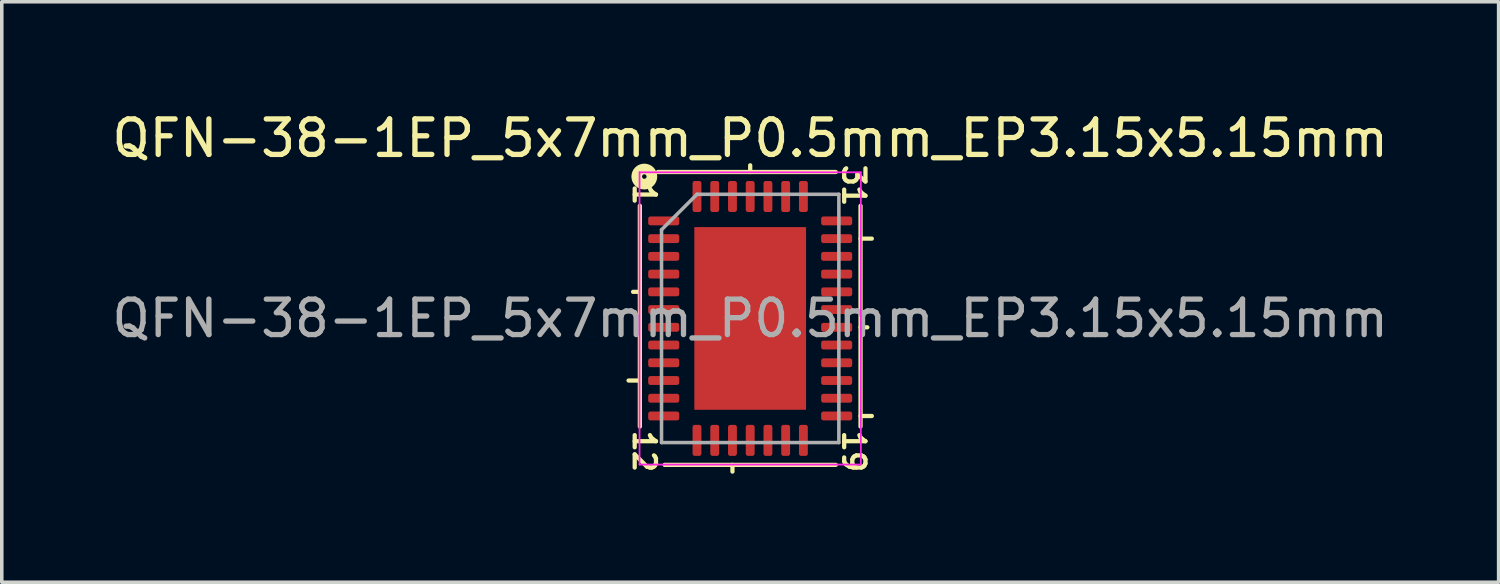
<source format=kicad_pcb>
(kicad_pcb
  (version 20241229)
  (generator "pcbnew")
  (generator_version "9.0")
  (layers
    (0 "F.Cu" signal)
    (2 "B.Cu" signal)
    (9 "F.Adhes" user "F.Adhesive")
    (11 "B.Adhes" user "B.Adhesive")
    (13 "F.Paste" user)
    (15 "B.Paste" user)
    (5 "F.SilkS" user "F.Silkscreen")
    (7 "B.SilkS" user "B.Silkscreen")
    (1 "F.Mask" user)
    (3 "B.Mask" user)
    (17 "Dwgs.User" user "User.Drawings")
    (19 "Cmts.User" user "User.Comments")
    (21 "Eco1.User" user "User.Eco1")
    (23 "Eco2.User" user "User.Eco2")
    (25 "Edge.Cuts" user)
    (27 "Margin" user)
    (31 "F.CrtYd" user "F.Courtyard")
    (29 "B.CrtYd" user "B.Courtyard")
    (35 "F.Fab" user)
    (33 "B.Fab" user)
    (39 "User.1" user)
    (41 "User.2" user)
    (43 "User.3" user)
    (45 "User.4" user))
  (footprint "QFN-38-1EP_5x7mm_P0.5mm_EP3.15x5.15mm"
    (layer "F.Cu")
    (at 18.101 5.928)
    (property "Reference" "QFN-38-1EP_5x7mm_P0.5mm_EP3.15x5.15mm" (at 0 -5.08 0) (layer "F.SilkS") (effects (font (size 1 1) (thickness 0.15))))
    (attr smd)
    (fp_line (start -3.111 -3.175) (end -3.111 3.048) (stroke (width 0.12) (type solid)) (layer "F.SilkS"))
    (fp_line (start -3.111 -0.75) (end -3.302 -0.75) (stroke (width 0.12) (type solid)) (layer "F.SilkS"))
    (fp_line (start -3.111 1.75) (end -3.429 1.75) (stroke (width 0.12) (type solid)) (layer "F.SilkS"))
    (fp_line (start -2.413 4.128) (end 2.413 4.128) (stroke (width 0.12) (type solid)) (layer "F.SilkS"))
    (fp_line (start -0.5 4.128) (end -0.5 4.318) (stroke (width 0.12) (type solid)) (layer "F.SilkS"))
    (fp_line (start 0 -4.128) (end 0 -4.318) (stroke (width 0.12) (type solid)) (layer "F.SilkS"))
    (fp_line (start 2.413 -4.128) (end -2.603 -4.128) (stroke (width 0.12) (type solid)) (layer "F.SilkS"))
    (fp_line (start 3.111 -2.25) (end 3.429 -2.25) (stroke (width 0.12) (type solid)) (layer "F.SilkS"))
    (fp_line (start 3.111 0.25) (end 3.302 0.25) (stroke (width 0.12) (type solid)) (layer "F.SilkS"))
    (fp_line (start 3.111 2.75) (end 3.429 2.75) (stroke (width 0.12) (type solid)) (layer "F.SilkS"))
    (fp_line (start 3.111 3.048) (end 3.111 -3.175) (stroke (width 0.12) (type solid)) (layer "F.SilkS"))
    (fp_circle (center -2.985 -4) (end -2.921 -4) (stroke (width 0.3) (type solid)) (fill no) (layer "F.SilkS"))
    (fp_line (start -3.12 -4.12) (end -3.12 4.12) (stroke (width 0.05) (type solid)) (layer "F.CrtYd"))
    (fp_line (start -3.12 4.12) (end 3.12 4.12) (stroke (width 0.05) (type solid)) (layer "F.CrtYd"))
    (fp_line (start 3.12 -4.12) (end -3.12 -4.12) (stroke (width 0.05) (type solid)) (layer "F.CrtYd"))
    (fp_line (start 3.12 4.12) (end 3.12 -4.12) (stroke (width 0.05) (type solid)) (layer "F.CrtYd"))
    (fp_line (start -2.5 -2.5) (end -1.5 -3.5) (stroke (width 0.1) (type solid)) (layer "F.Fab"))
    (fp_line (start -2.5 3.5) (end -2.5 -2.5) (stroke (width 0.1) (type solid)) (layer "F.Fab"))
    (fp_line (start -1.5 -3.5) (end 2.5 -3.5) (stroke (width 0.1) (type solid)) (layer "F.Fab"))
    (fp_line (start 2.5 -3.5) (end 2.5 3.5) (stroke (width 0.1) (type solid)) (layer "F.Fab"))
    (fp_line (start 2.5 3.5) (end -2.5 3.5) (stroke (width 0.1) (type solid)) (layer "F.Fab"))
    (fp_text user "31" (at 2.921 -3.747 270) (unlocked yes) (layer "F.SilkS") (effects (font (size 0.6 0.6) (thickness 0.12))))
    (fp_text user "19" (at 2.921 3.747 270) (unlocked yes) (layer "F.SilkS") (effects (font (size 0.6 0.6) (thickness 0.12))))
    (fp_text user "12" (at -2.985 3.747 270) (unlocked yes) (layer "F.SilkS") (effects (font (size 0.6 0.6) (thickness 0.12))))
    (fp_text user "1" (at -2.985 -3.493 270) (unlocked yes) (layer "F.SilkS") (effects (font (size 0.6 0.6) (thickness 0.12))))
    (fp_text user "${REFERENCE}" (at 0 0 0) (layer "F.Fab") (effects (font (size 1 1) (thickness 0.15))))
    (pad "" smd roundrect (at -1.05 -2.06) (size 0.85 0.83) (layers "F.Paste") (roundrect_rratio 0.25))
    (pad "" smd roundrect (at -1.05 -1.03) (size 0.85 0.83) (layers "F.Paste") (roundrect_rratio 0.25))
    (pad "" smd roundrect (at -1.05 0) (size 0.85 0.83) (layers "F.Paste") (roundrect_rratio 0.25))
    (pad "" smd roundrect (at -1.05 1.03) (size 0.85 0.83) (layers "F.Paste") (roundrect_rratio 0.25))
    (pad "" smd roundrect (at -1.05 2.06) (size 0.85 0.83) (layers "F.Paste") (roundrect_rratio 0.25))
    (pad "" smd roundrect (at 0 -2.06) (size 0.85 0.83) (layers "F.Paste") (roundrect_rratio 0.25))
    (pad "" smd roundrect (at 0 -1.03) (size 0.85 0.83) (layers "F.Paste") (roundrect_rratio 0.25))
    (pad "" smd roundrect (at 0 0) (size 0.85 0.83) (layers "F.Paste") (roundrect_rratio 0.25))
    (pad "" smd roundrect (at 0 1.03) (size 0.85 0.83) (layers "F.Paste") (roundrect_rratio 0.25))
    (pad "" smd roundrect (at 0 2.06) (size 0.85 0.83) (layers "F.Paste") (roundrect_rratio 0.25))
    (pad "" smd roundrect (at 1.05 -2.06) (size 0.85 0.83) (layers "F.Paste") (roundrect_rratio 0.25))
    (pad "" smd roundrect (at 1.05 -1.03) (size 0.85 0.83) (layers "F.Paste") (roundrect_rratio 0.25))
    (pad "" smd roundrect (at 1.05 0) (size 0.85 0.83) (layers "F.Paste") (roundrect_rratio 0.25))
    (pad "" smd roundrect (at 1.05 1.03) (size 0.85 0.83) (layers "F.Paste") (roundrect_rratio 0.25))
    (pad "" smd roundrect (at 1.05 2.06) (size 0.85 0.83) (layers "F.Paste") (roundrect_rratio 0.25))
    (pad "1" smd roundrect (at -2.438 -2.75) (size 0.875 0.25) (layers "F.Cu" "F.Mask" "F.Paste") (roundrect_rratio 0.25))
    (pad "2" smd roundrect (at -2.438 -2.25) (size 0.875 0.25) (layers "F.Cu" "F.Mask" "F.Paste") (roundrect_rratio 0.25))
    (pad "3" smd roundrect (at -2.438 -1.75) (size 0.875 0.25) (layers "F.Cu" "F.Mask" "F.Paste") (roundrect_rratio 0.25))
    (pad "4" smd roundrect (at -2.438 -1.25) (size 0.875 0.25) (layers "F.Cu" "F.Mask" "F.Paste") (roundrect_rratio 0.25))
    (pad "5" smd roundrect (at -2.438 -0.75) (size 0.875 0.25) (layers "F.Cu" "F.Mask" "F.Paste") (roundrect_rratio 0.25))
    (pad "6" smd roundrect (at -2.438 -0.25) (size 0.875 0.25) (layers "F.Cu" "F.Mask" "F.Paste") (roundrect_rratio 0.25))
    (pad "7" smd roundrect (at -2.438 0.25) (size 0.875 0.25) (layers "F.Cu" "F.Mask" "F.Paste") (roundrect_rratio 0.25))
    (pad "8" smd roundrect (at -2.438 0.75) (size 0.875 0.25) (layers "F.Cu" "F.Mask" "F.Paste") (roundrect_rratio 0.25))
    (pad "9" smd roundrect (at -2.438 1.25) (size 0.875 0.25) (layers "F.Cu" "F.Mask" "F.Paste") (roundrect_rratio 0.25))
    (pad "10" smd roundrect (at -2.438 1.75) (size 0.875 0.25) (layers "F.Cu" "F.Mask" "F.Paste") (roundrect_rratio 0.25))
    (pad "11" smd roundrect (at -2.438 2.25) (size 0.875 0.25) (layers "F.Cu" "F.Mask" "F.Paste") (roundrect_rratio 0.25))
    (pad "12" smd roundrect (at -2.438 2.75) (size 0.875 0.25) (layers "F.Cu" "F.Mask" "F.Paste") (roundrect_rratio 0.25))
    (pad "13" smd roundrect (at -1.5 3.438) (size 0.25 0.875) (layers "F.Cu" "F.Mask" "F.Paste") (roundrect_rratio 0.25))
    (pad "14" smd roundrect (at -1 3.438) (size 0.25 0.875) (layers "F.Cu" "F.Mask" "F.Paste") (roundrect_rratio 0.25))
    (pad "15" smd roundrect (at -0.5 3.438) (size 0.25 0.875) (layers "F.Cu" "F.Mask" "F.Paste") (roundrect_rratio 0.25))
    (pad "16" smd roundrect (at 0 3.438) (size 0.25 0.875) (layers "F.Cu" "F.Mask" "F.Paste") (roundrect_rratio 0.25))
    (pad "17" smd roundrect (at 0.5 3.438) (size 0.25 0.875) (layers "F.Cu" "F.Mask" "F.Paste") (roundrect_rratio 0.25))
    (pad "18" smd roundrect (at 1 3.438) (size 0.25 0.875) (layers "F.Cu" "F.Mask" "F.Paste") (roundrect_rratio 0.25))
    (pad "19" smd roundrect (at 1.5 3.438) (size 0.25 0.875) (layers "F.Cu" "F.Mask" "F.Paste") (roundrect_rratio 0.25))
    (pad "20" smd roundrect (at 2.438 2.75) (size 0.875 0.25) (layers "F.Cu" "F.Mask" "F.Paste") (roundrect_rratio 0.25))
    (pad "21" smd roundrect (at 2.438 2.25) (size 0.875 0.25) (layers "F.Cu" "F.Mask" "F.Paste") (roundrect_rratio 0.25))
    (pad "22" smd roundrect (at 2.438 1.75) (size 0.875 0.25) (layers "F.Cu" "F.Mask" "F.Paste") (roundrect_rratio 0.25))
    (pad "23" smd roundrect (at 2.438 1.25) (size 0.875 0.25) (layers "F.Cu" "F.Mask" "F.Paste") (roundrect_rratio 0.25))
    (pad "24" smd roundrect (at 2.438 0.75) (size 0.875 0.25) (layers "F.Cu" "F.Mask" "F.Paste") (roundrect_rratio 0.25))
    (pad "25" smd roundrect (at 2.438 0.25) (size 0.875 0.25) (layers "F.Cu" "F.Mask" "F.Paste") (roundrect_rratio 0.25))
    (pad "26" smd roundrect (at 2.438 -0.25) (size 0.875 0.25) (layers "F.Cu" "F.Mask" "F.Paste") (roundrect_rratio 0.25))
    (pad "27" smd roundrect (at 2.438 -0.75) (size 0.875 0.25) (layers "F.Cu" "F.Mask" "F.Paste") (roundrect_rratio 0.25))
    (pad "28" smd roundrect (at 2.438 -1.25) (size 0.875 0.25) (layers "F.Cu" "F.Mask" "F.Paste") (roundrect_rratio 0.25))
    (pad "29" smd roundrect (at 2.438 -1.75) (size 0.875 0.25) (layers "F.Cu" "F.Mask" "F.Paste") (roundrect_rratio 0.25))
    (pad "30" smd roundrect (at 2.438 -2.25) (size 0.875 0.25) (layers "F.Cu" "F.Mask" "F.Paste") (roundrect_rratio 0.25))
    (pad "31" smd roundrect (at 2.438 -2.75) (size 0.875 0.25) (layers "F.Cu" "F.Mask" "F.Paste") (roundrect_rratio 0.25))
    (pad "32" smd roundrect (at 1.5 -3.438) (size 0.25 0.875) (layers "F.Cu" "F.Mask" "F.Paste") (roundrect_rratio 0.25))
    (pad "33" smd roundrect (at 1 -3.438) (size 0.25 0.875) (layers "F.Cu" "F.Mask" "F.Paste") (roundrect_rratio 0.25))
    (pad "34" smd roundrect (at 0.5 -3.438) (size 0.25 0.875) (layers "F.Cu" "F.Mask" "F.Paste") (roundrect_rratio 0.25))
    (pad "35" smd roundrect (at 0 -3.438) (size 0.25 0.875) (layers "F.Cu" "F.Mask" "F.Paste") (roundrect_rratio 0.25))
    (pad "36" smd roundrect (at -0.5 -3.438) (size 0.25 0.875) (layers "F.Cu" "F.Mask" "F.Paste") (roundrect_rratio 0.25))
    (pad "37" smd roundrect (at -1 -3.438) (size 0.25 0.875) (layers "F.Cu" "F.Mask" "F.Paste") (roundrect_rratio 0.25))
    (pad "38" smd roundrect (at -1.5 -3.438) (size 0.25 0.875) (layers "F.Cu" "F.Mask" "F.Paste") (roundrect_rratio 0.25))
    (pad "39" smd rect (at 0 0) (size 3.15 5.15) (layers "F.Cu" "F.Mask")))
  (gr_rect
    (start -3 -3)
    (end 39.202 13.366)
    (stroke (width 0.1) (type default))
    (fill no)
    (layer "Edge.Cuts")))
</source>
